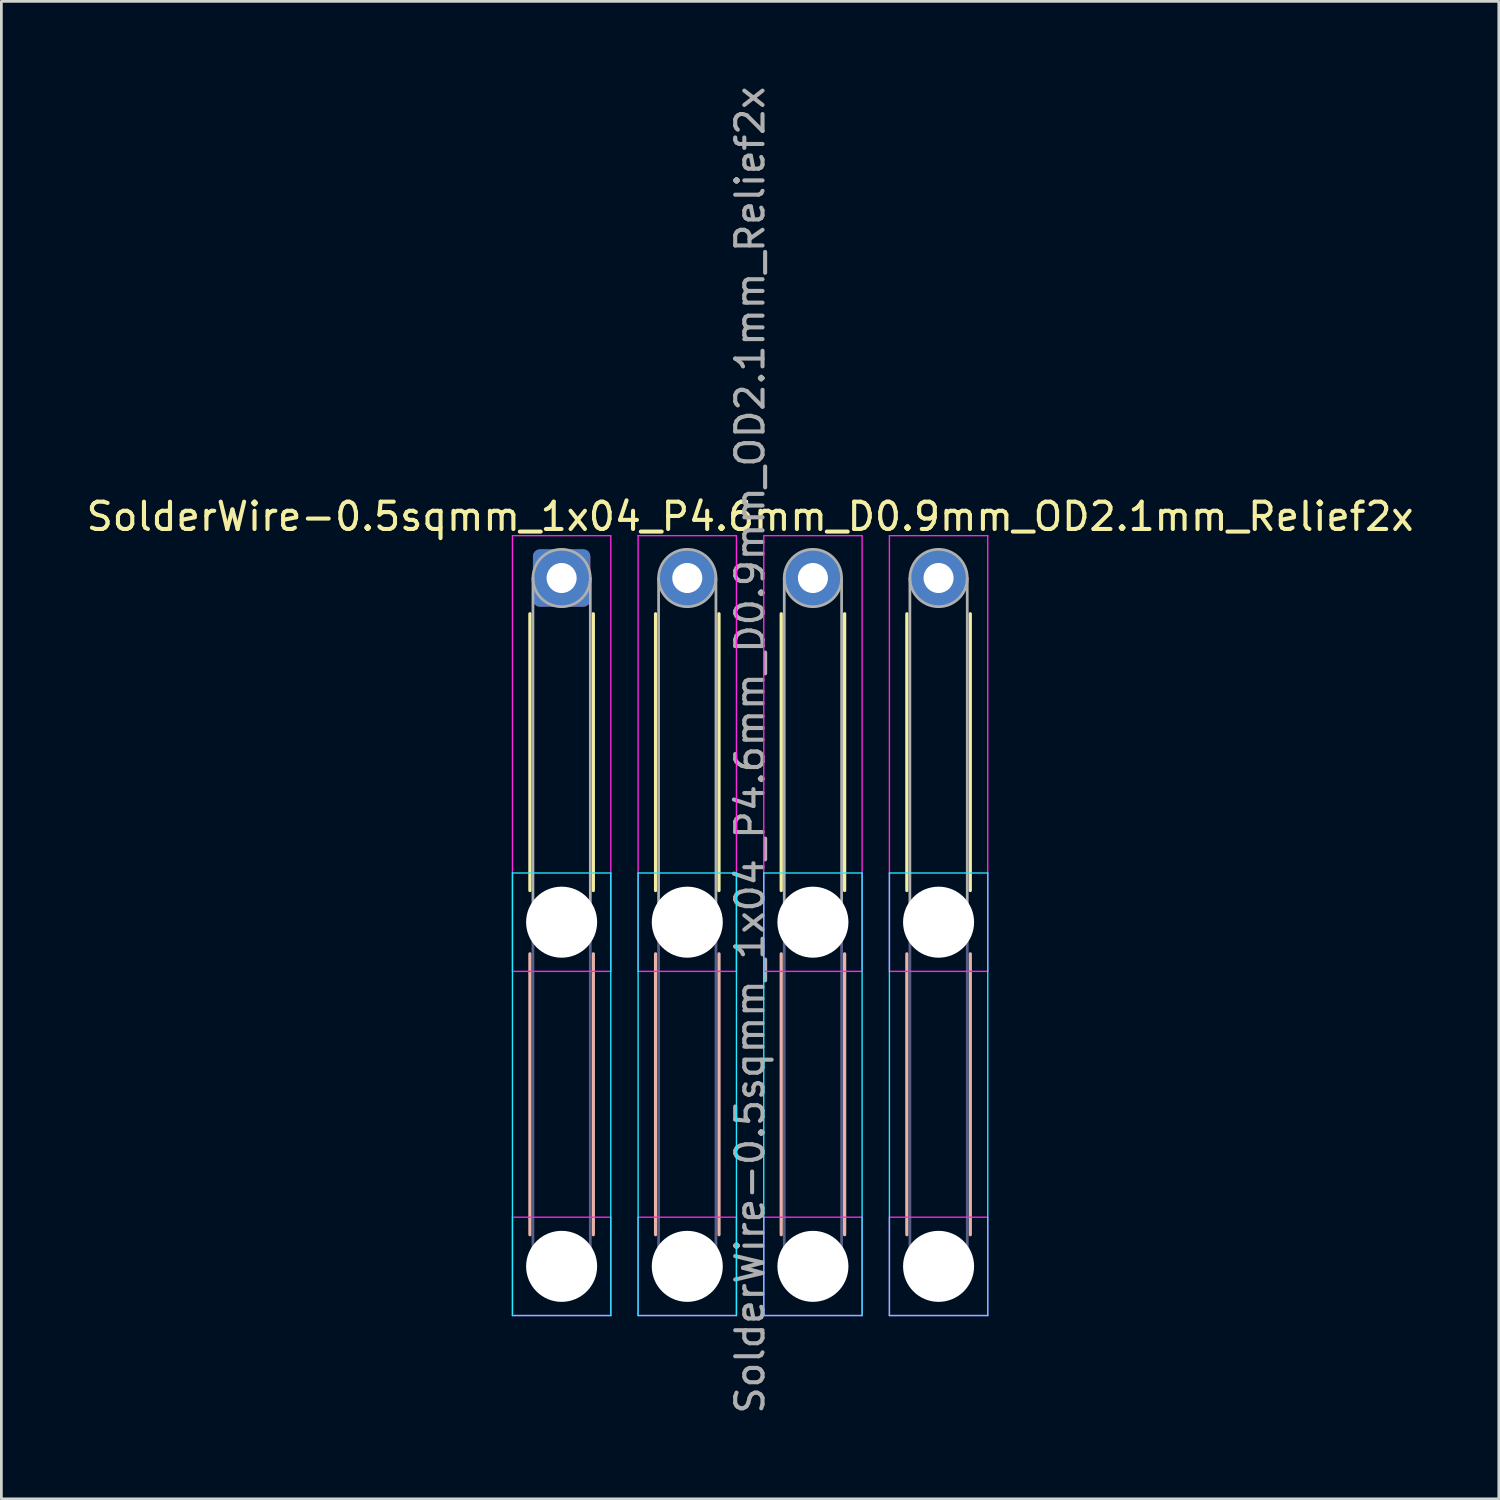
<source format=kicad_pcb>
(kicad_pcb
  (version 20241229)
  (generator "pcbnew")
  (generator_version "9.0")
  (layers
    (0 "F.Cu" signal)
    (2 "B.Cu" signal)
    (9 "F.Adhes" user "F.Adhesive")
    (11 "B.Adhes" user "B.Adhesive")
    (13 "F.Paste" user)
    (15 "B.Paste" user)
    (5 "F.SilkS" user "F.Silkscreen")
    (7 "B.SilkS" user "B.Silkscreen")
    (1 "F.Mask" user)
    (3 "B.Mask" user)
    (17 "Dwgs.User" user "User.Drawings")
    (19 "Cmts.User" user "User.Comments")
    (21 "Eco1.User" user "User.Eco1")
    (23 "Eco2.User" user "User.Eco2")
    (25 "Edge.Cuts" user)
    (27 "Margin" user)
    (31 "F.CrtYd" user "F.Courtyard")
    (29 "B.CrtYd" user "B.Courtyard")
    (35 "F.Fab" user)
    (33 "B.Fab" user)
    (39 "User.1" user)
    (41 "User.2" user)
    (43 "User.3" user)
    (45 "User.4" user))
  (footprint "SolderWire-0.5sqmm_1x04_P4.6mm_D0.9mm_OD2.1mm_Relief2x"
    (layer "F.Cu")
    (at 17.511 18.111)
    (property "Reference" "SolderWire-0.5sqmm_1x04_P4.6mm_D0.9mm_OD2.1mm_Relief2x" (at 6.9 -2.25 0) (layer "F.SilkS") (effects (font (size 1 1) (thickness 0.15))))
    (attr exclude_from_pos_files exclude_from_bom)
    (fp_line (start -1.16 1.31) (end -1.16 11.44) (stroke (width 0.12) (type solid)) (layer "F.SilkS"))
    (fp_line (start 1.16 1.31) (end 1.16 11.44) (stroke (width 0.12) (type solid)) (layer "F.SilkS"))
    (fp_line (start 3.44 1.31) (end 3.44 11.44) (stroke (width 0.12) (type solid)) (layer "F.SilkS"))
    (fp_line (start 5.76 1.31) (end 5.76 11.44) (stroke (width 0.12) (type solid)) (layer "F.SilkS"))
    (fp_line (start 8.04 1.31) (end 8.04 11.44) (stroke (width 0.12) (type solid)) (layer "F.SilkS"))
    (fp_line (start 10.36 1.31) (end 10.36 11.44) (stroke (width 0.12) (type solid)) (layer "F.SilkS"))
    (fp_line (start 12.64 1.31) (end 12.64 11.44) (stroke (width 0.12) (type solid)) (layer "F.SilkS"))
    (fp_line (start 14.96 1.31) (end 14.96 11.44) (stroke (width 0.12) (type solid)) (layer "F.SilkS"))
    (fp_line (start -1.16 13.76) (end -1.16 24.04) (stroke (width 0.12) (type solid)) (layer "B.SilkS"))
    (fp_line (start 1.16 13.76) (end 1.16 24.04) (stroke (width 0.12) (type solid)) (layer "B.SilkS"))
    (fp_line (start 3.44 13.76) (end 3.44 24.04) (stroke (width 0.12) (type solid)) (layer "B.SilkS"))
    (fp_line (start 5.76 13.76) (end 5.76 24.04) (stroke (width 0.12) (type solid)) (layer "B.SilkS"))
    (fp_line (start 8.04 13.76) (end 8.04 24.04) (stroke (width 0.12) (type solid)) (layer "B.SilkS"))
    (fp_line (start 10.36 13.76) (end 10.36 24.04) (stroke (width 0.12) (type solid)) (layer "B.SilkS"))
    (fp_line (start 12.64 13.76) (end 12.64 24.04) (stroke (width 0.12) (type solid)) (layer "B.SilkS"))
    (fp_line (start 14.96 13.76) (end 14.96 24.04) (stroke (width 0.12) (type solid)) (layer "B.SilkS"))
    (fp_line (start -1.8 10.8) (end -1.8 27) (stroke (width 0.05) (type solid)) (layer "B.CrtYd"))
    (fp_line (start -1.8 27) (end 1.8 27) (stroke (width 0.05) (type solid)) (layer "B.CrtYd"))
    (fp_line (start 1.8 10.8) (end -1.8 10.8) (stroke (width 0.05) (type solid)) (layer "B.CrtYd"))
    (fp_line (start 1.8 27) (end 1.8 10.8) (stroke (width 0.05) (type solid)) (layer "B.CrtYd"))
    (fp_line (start 2.8 10.8) (end 2.8 27) (stroke (width 0.05) (type solid)) (layer "B.CrtYd"))
    (fp_line (start 2.8 27) (end 6.4 27) (stroke (width 0.05) (type solid)) (layer "B.CrtYd"))
    (fp_line (start 6.4 10.8) (end 2.8 10.8) (stroke (width 0.05) (type solid)) (layer "B.CrtYd"))
    (fp_line (start 6.4 27) (end 6.4 10.8) (stroke (width 0.05) (type solid)) (layer "B.CrtYd"))
    (fp_line (start 7.4 10.8) (end 7.4 27) (stroke (width 0.05) (type solid)) (layer "B.CrtYd"))
    (fp_line (start 7.4 27) (end 11 27) (stroke (width 0.05) (type solid)) (layer "B.CrtYd"))
    (fp_line (start 11 10.8) (end 7.4 10.8) (stroke (width 0.05) (type solid)) (layer "B.CrtYd"))
    (fp_line (start 11 27) (end 11 10.8) (stroke (width 0.05) (type solid)) (layer "B.CrtYd"))
    (fp_line (start 12 10.8) (end 12 27) (stroke (width 0.05) (type solid)) (layer "B.CrtYd"))
    (fp_line (start 12 27) (end 15.6 27) (stroke (width 0.05) (type solid)) (layer "B.CrtYd"))
    (fp_line (start 15.6 10.8) (end 12 10.8) (stroke (width 0.05) (type solid)) (layer "B.CrtYd"))
    (fp_line (start 15.6 27) (end 15.6 10.8) (stroke (width 0.05) (type solid)) (layer "B.CrtYd"))
    (fp_line (start -1.8 -1.55) (end -1.8 14.4) (stroke (width 0.05) (type solid)) (layer "F.CrtYd"))
    (fp_line (start -1.8 14.4) (end 1.8 14.4) (stroke (width 0.05) (type solid)) (layer "F.CrtYd"))
    (fp_line (start -1.8 23.4) (end -1.8 27) (stroke (width 0.05) (type solid)) (layer "F.CrtYd"))
    (fp_line (start -1.8 27) (end 1.8 27) (stroke (width 0.05) (type solid)) (layer "F.CrtYd"))
    (fp_line (start 1.8 -1.55) (end -1.8 -1.55) (stroke (width 0.05) (type solid)) (layer "F.CrtYd"))
    (fp_line (start 1.8 14.4) (end 1.8 -1.55) (stroke (width 0.05) (type solid)) (layer "F.CrtYd"))
    (fp_line (start 1.8 23.4) (end -1.8 23.4) (stroke (width 0.05) (type solid)) (layer "F.CrtYd"))
    (fp_line (start 1.8 27) (end 1.8 23.4) (stroke (width 0.05) (type solid)) (layer "F.CrtYd"))
    (fp_line (start 2.8 -1.55) (end 2.8 14.4) (stroke (width 0.05) (type solid)) (layer "F.CrtYd"))
    (fp_line (start 2.8 14.4) (end 6.4 14.4) (stroke (width 0.05) (type solid)) (layer "F.CrtYd"))
    (fp_line (start 2.8 23.4) (end 2.8 27) (stroke (width 0.05) (type solid)) (layer "F.CrtYd"))
    (fp_line (start 2.8 27) (end 6.4 27) (stroke (width 0.05) (type solid)) (layer "F.CrtYd"))
    (fp_line (start 6.4 -1.55) (end 2.8 -1.55) (stroke (width 0.05) (type solid)) (layer "F.CrtYd"))
    (fp_line (start 6.4 14.4) (end 6.4 -1.55) (stroke (width 0.05) (type solid)) (layer "F.CrtYd"))
    (fp_line (start 6.4 23.4) (end 2.8 23.4) (stroke (width 0.05) (type solid)) (layer "F.CrtYd"))
    (fp_line (start 6.4 27) (end 6.4 23.4) (stroke (width 0.05) (type solid)) (layer "F.CrtYd"))
    (fp_line (start 7.4 -1.55) (end 7.4 14.4) (stroke (width 0.05) (type solid)) (layer "F.CrtYd"))
    (fp_line (start 7.4 14.4) (end 11 14.4) (stroke (width 0.05) (type solid)) (layer "F.CrtYd"))
    (fp_line (start 7.4 23.4) (end 7.4 27) (stroke (width 0.05) (type solid)) (layer "F.CrtYd"))
    (fp_line (start 7.4 27) (end 11 27) (stroke (width 0.05) (type solid)) (layer "F.CrtYd"))
    (fp_line (start 11 -1.55) (end 7.4 -1.55) (stroke (width 0.05) (type solid)) (layer "F.CrtYd"))
    (fp_line (start 11 14.4) (end 11 -1.55) (stroke (width 0.05) (type solid)) (layer "F.CrtYd"))
    (fp_line (start 11 23.4) (end 7.4 23.4) (stroke (width 0.05) (type solid)) (layer "F.CrtYd"))
    (fp_line (start 11 27) (end 11 23.4) (stroke (width 0.05) (type solid)) (layer "F.CrtYd"))
    (fp_line (start 12 -1.55) (end 12 14.4) (stroke (width 0.05) (type solid)) (layer "F.CrtYd"))
    (fp_line (start 12 14.4) (end 15.6 14.4) (stroke (width 0.05) (type solid)) (layer "F.CrtYd"))
    (fp_line (start 12 23.4) (end 12 27) (stroke (width 0.05) (type solid)) (layer "F.CrtYd"))
    (fp_line (start 12 27) (end 15.6 27) (stroke (width 0.05) (type solid)) (layer "F.CrtYd"))
    (fp_line (start 15.6 -1.55) (end 12 -1.55) (stroke (width 0.05) (type solid)) (layer "F.CrtYd"))
    (fp_line (start 15.6 14.4) (end 15.6 -1.55) (stroke (width 0.05) (type solid)) (layer "F.CrtYd"))
    (fp_line (start 15.6 23.4) (end 12 23.4) (stroke (width 0.05) (type solid)) (layer "F.CrtYd"))
    (fp_line (start 15.6 27) (end 15.6 23.4) (stroke (width 0.05) (type solid)) (layer "F.CrtYd"))
    (fp_line (start -1.05 12.6) (end -1.05 25.2) (stroke (width 0.1) (type solid)) (layer "B.Fab"))
    (fp_line (start 1.05 12.6) (end 1.05 25.2) (stroke (width 0.1) (type solid)) (layer "B.Fab"))
    (fp_line (start 3.55 12.6) (end 3.55 25.2) (stroke (width 0.1) (type solid)) (layer "B.Fab"))
    (fp_line (start 5.65 12.6) (end 5.65 25.2) (stroke (width 0.1) (type solid)) (layer "B.Fab"))
    (fp_line (start 8.15 12.6) (end 8.15 25.2) (stroke (width 0.1) (type solid)) (layer "B.Fab"))
    (fp_line (start 10.25 12.6) (end 10.25 25.2) (stroke (width 0.1) (type solid)) (layer "B.Fab"))
    (fp_line (start 12.75 12.6) (end 12.75 25.2) (stroke (width 0.1) (type solid)) (layer "B.Fab"))
    (fp_line (start 14.85 12.6) (end 14.85 25.2) (stroke (width 0.1) (type solid)) (layer "B.Fab"))
    (fp_circle (center 0 12.6) (end 1.05 12.6) (stroke (width 0.1) (type solid)) (fill no) (layer "B.Fab"))
    (fp_circle (center 0 25.2) (end 1.05 25.2) (stroke (width 0.1) (type solid)) (fill no) (layer "B.Fab"))
    (fp_circle (center 4.6 12.6) (end 5.65 12.6) (stroke (width 0.1) (type solid)) (fill no) (layer "B.Fab"))
    (fp_circle (center 4.6 25.2) (end 5.65 25.2) (stroke (width 0.1) (type solid)) (fill no) (layer "B.Fab"))
    (fp_circle (center 9.2 12.6) (end 10.25 12.6) (stroke (width 0.1) (type solid)) (fill no) (layer "B.Fab"))
    (fp_circle (center 9.2 25.2) (end 10.25 25.2) (stroke (width 0.1) (type solid)) (fill no) (layer "B.Fab"))
    (fp_circle (center 13.8 12.6) (end 14.85 12.6) (stroke (width 0.1) (type solid)) (fill no) (layer "B.Fab"))
    (fp_circle (center 13.8 25.2) (end 14.85 25.2) (stroke (width 0.1) (type solid)) (fill no) (layer "B.Fab"))
    (fp_line (start -1.05 0) (end -1.05 12.6) (stroke (width 0.1) (type solid)) (layer "F.Fab"))
    (fp_line (start 1.05 0) (end 1.05 12.6) (stroke (width 0.1) (type solid)) (layer "F.Fab"))
    (fp_line (start 3.55 0) (end 3.55 12.6) (stroke (width 0.1) (type solid)) (layer "F.Fab"))
    (fp_line (start 5.65 0) (end 5.65 12.6) (stroke (width 0.1) (type solid)) (layer "F.Fab"))
    (fp_line (start 8.15 0) (end 8.15 12.6) (stroke (width 0.1) (type solid)) (layer "F.Fab"))
    (fp_line (start 10.25 0) (end 10.25 12.6) (stroke (width 0.1) (type solid)) (layer "F.Fab"))
    (fp_line (start 12.75 0) (end 12.75 12.6) (stroke (width 0.1) (type solid)) (layer "F.Fab"))
    (fp_line (start 14.85 0) (end 14.85 12.6) (stroke (width 0.1) (type solid)) (layer "F.Fab"))
    (fp_circle (center 0 0) (end 1.05 0) (stroke (width 0.1) (type solid)) (fill no) (layer "F.Fab"))
    (fp_circle (center 0 12.6) (end 1.05 12.6) (stroke (width 0.1) (type solid)) (fill no) (layer "F.Fab"))
    (fp_circle (center 0 25.2) (end 1.05 25.2) (stroke (width 0.1) (type solid)) (fill no) (layer "F.Fab"))
    (fp_circle (center 4.6 0) (end 5.65 0) (stroke (width 0.1) (type solid)) (fill no) (layer "F.Fab"))
    (fp_circle (center 4.6 12.6) (end 5.65 12.6) (stroke (width 0.1) (type solid)) (fill no) (layer "F.Fab"))
    (fp_circle (center 4.6 25.2) (end 5.65 25.2) (stroke (width 0.1) (type solid)) (fill no) (layer "F.Fab"))
    (fp_circle (center 9.2 0) (end 10.25 0) (stroke (width 0.1) (type solid)) (fill no) (layer "F.Fab"))
    (fp_circle (center 9.2 12.6) (end 10.25 12.6) (stroke (width 0.1) (type solid)) (fill no) (layer "F.Fab"))
    (fp_circle (center 9.2 25.2) (end 10.25 25.2) (stroke (width 0.1) (type solid)) (fill no) (layer "F.Fab"))
    (fp_circle (center 13.8 0) (end 14.85 0) (stroke (width 0.1) (type solid)) (fill no) (layer "F.Fab"))
    (fp_circle (center 13.8 12.6) (end 14.85 12.6) (stroke (width 0.1) (type solid)) (fill no) (layer "F.Fab"))
    (fp_circle (center 13.8 25.2) (end 14.85 25.2) (stroke (width 0.1) (type solid)) (fill no) (layer "F.Fab"))
    (fp_text user "${REFERENCE}" (at 6.9 6.3 90) (layer "F.Fab") (effects (font (size 1 1) (thickness 0.15))))
    (pad "" np_thru_hole circle (at 0 12.6) (size 2.6 2.6) (drill 2.6) (layers "*.Cu" "*.Mask"))
    (pad "" np_thru_hole circle (at 0 25.2) (size 2.6 2.6) (drill 2.6) (layers "*.Cu" "*.Mask"))
    (pad "" np_thru_hole circle (at 4.6 12.6) (size 2.6 2.6) (drill 2.6) (layers "*.Cu" "*.Mask"))
    (pad "" np_thru_hole circle (at 4.6 25.2) (size 2.6 2.6) (drill 2.6) (layers "*.Cu" "*.Mask"))
    (pad "" np_thru_hole circle (at 9.2 12.6) (size 2.6 2.6) (drill 2.6) (layers "*.Cu" "*.Mask"))
    (pad "" np_thru_hole circle (at 9.2 25.2) (size 2.6 2.6) (drill 2.6) (layers "*.Cu" "*.Mask"))
    (pad "" np_thru_hole circle (at 13.8 12.6) (size 2.6 2.6) (drill 2.6) (layers "*.Cu" "*.Mask"))
    (pad "" np_thru_hole circle (at 13.8 25.2) (size 2.6 2.6) (drill 2.6) (layers "*.Cu" "*.Mask"))
    (pad "1" thru_hole roundrect (at 0 0) (size 2.1 2.1) (drill 1.1) (layers "*.Cu" "*.Mask") (roundrect_rratio 0.119))
    (pad "2" thru_hole circle (at 4.6 0) (size 2.1 2.1) (drill 1.1) (layers "*.Cu" "*.Mask"))
    (pad "3" thru_hole circle (at 9.2 0) (size 2.1 2.1) (drill 1.1) (layers "*.Cu" "*.Mask"))
    (pad "4" thru_hole circle (at 13.8 0) (size 2.1 2.1) (drill 1.1) (layers "*.Cu" "*.Mask")))
  (gr_rect
    (start -3 -3)
    (end 51.821 51.821)
    (stroke (width 0.1) (type default))
    (fill no)
    (layer "Edge.Cuts")))
</source>
